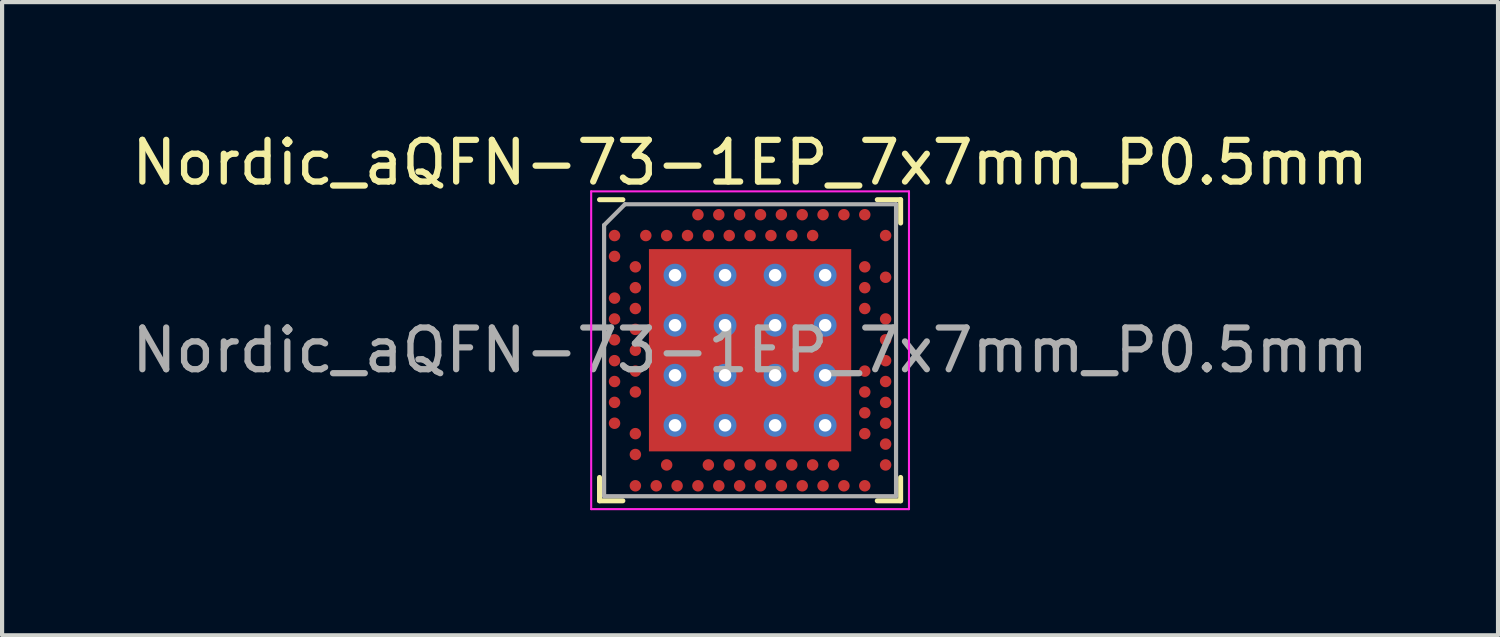
<source format=kicad_pcb>
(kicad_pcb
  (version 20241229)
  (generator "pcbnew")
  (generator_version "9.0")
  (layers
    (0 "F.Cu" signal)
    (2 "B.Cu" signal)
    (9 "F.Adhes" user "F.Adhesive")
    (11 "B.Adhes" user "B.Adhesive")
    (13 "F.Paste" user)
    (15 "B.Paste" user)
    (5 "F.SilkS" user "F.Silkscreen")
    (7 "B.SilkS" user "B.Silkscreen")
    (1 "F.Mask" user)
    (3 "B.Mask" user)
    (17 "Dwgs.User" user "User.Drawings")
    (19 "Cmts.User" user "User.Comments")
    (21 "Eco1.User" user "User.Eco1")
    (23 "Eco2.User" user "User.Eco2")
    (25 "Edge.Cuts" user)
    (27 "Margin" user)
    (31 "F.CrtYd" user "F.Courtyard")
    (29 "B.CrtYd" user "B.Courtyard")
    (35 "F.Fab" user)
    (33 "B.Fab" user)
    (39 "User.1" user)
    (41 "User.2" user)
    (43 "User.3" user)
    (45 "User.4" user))
  (footprint "Nordic_aQFN-73-1EP_7x7mm_P0.5mm"
    (layer "F.Cu")
    (at 14.935 5.348)
    (property "Reference" "Nordic_aQFN-73-1EP_7x7mm_P0.5mm" (at 0 -4.5 0) (layer "F.SilkS") (effects (font (size 1 1) (thickness 0.15))))
    (attr smd)
    (fp_line (start -3.61 -3.61) (end -3.05 -3.61) (stroke (width 0.12) (type solid)) (layer "F.SilkS"))
    (fp_line (start -3.61 3.61) (end -3.61 3.05) (stroke (width 0.12) (type solid)) (layer "F.SilkS"))
    (fp_line (start -3.61 3.61) (end -3.05 3.61) (stroke (width 0.12) (type solid)) (layer "F.SilkS"))
    (fp_line (start 3.61 -3.61) (end 3.05 -3.61) (stroke (width 0.12) (type solid)) (layer "F.SilkS"))
    (fp_line (start 3.61 -3.61) (end 3.61 -3.05) (stroke (width 0.12) (type solid)) (layer "F.SilkS"))
    (fp_line (start 3.61 3.61) (end 3.05 3.61) (stroke (width 0.12) (type solid)) (layer "F.SilkS"))
    (fp_line (start 3.61 3.61) (end 3.61 3.05) (stroke (width 0.12) (type solid)) (layer "F.SilkS"))
    (fp_line (start -3.81 -3.81) (end 3.81 -3.81) (stroke (width 0.05) (type solid)) (layer "F.CrtYd"))
    (fp_line (start -3.81 3.81) (end -3.81 -3.81) (stroke (width 0.05) (type solid)) (layer "F.CrtYd"))
    (fp_line (start 3.81 -3.81) (end 3.81 3.81) (stroke (width 0.05) (type solid)) (layer "F.CrtYd"))
    (fp_line (start 3.81 3.81) (end -3.81 3.81) (stroke (width 0.05) (type solid)) (layer "F.CrtYd"))
    (fp_line (start -3.5 -3) (end -3.5 3.5) (stroke (width 0.1) (type solid)) (layer "F.Fab"))
    (fp_line (start -3.5 -3) (end -3 -3.5) (stroke (width 0.1) (type solid)) (layer "F.Fab"))
    (fp_line (start -3.5 3.5) (end 3.5 3.5) (stroke (width 0.1) (type solid)) (layer "F.Fab"))
    (fp_line (start -3 -3.5) (end 3.5 -3.5) (stroke (width 0.1) (type solid)) (layer "F.Fab"))
    (fp_line (start 3.5 -3.5) (end 3.5 3.5) (stroke (width 0.1) (type solid)) (layer "F.Fab"))
    (fp_text user "${REFERENCE}" (at 0 0 0) (layer "F.Fab") (effects (font (size 1 1) (thickness 0.15))))
    (pad "" smd rect (at -1.212 -1.212 180) (size 2 2) (layers "F.Paste"))
    (pad "" smd rect (at -1.212 1.212 180) (size 2 2) (layers "F.Paste"))
    (pad "" smd rect (at 1.212 -1.212 180) (size 2 2) (layers "F.Paste"))
    (pad "" smd rect (at 1.212 1.212 180) (size 2 2) (layers "F.Paste"))
    (pad "74" thru_hole circle (at -1.8 -1.8) (size 0.55 0.55) (drill 0.3) (property pad_prop_heatsink) (layers "*.Cu"))
    (pad "74" thru_hole circle (at -1.8 -0.6) (size 0.55 0.55) (drill 0.3) (property pad_prop_heatsink) (layers "*.Cu"))
    (pad "74" thru_hole circle (at -1.8 0.6) (size 0.55 0.55) (drill 0.3) (property pad_prop_heatsink) (layers "*.Cu"))
    (pad "74" thru_hole circle (at -1.8 1.8) (size 0.55 0.55) (drill 0.3) (property pad_prop_heatsink) (layers "*.Cu"))
    (pad "74" thru_hole circle (at -0.6 -1.8) (size 0.55 0.55) (drill 0.3) (property pad_prop_heatsink) (layers "*.Cu"))
    (pad "74" thru_hole circle (at -0.6 -0.6) (size 0.55 0.55) (drill 0.3) (property pad_prop_heatsink) (layers "*.Cu"))
    (pad "74" thru_hole circle (at -0.6 0.6) (size 0.55 0.55) (drill 0.3) (property pad_prop_heatsink) (layers "*.Cu"))
    (pad "74" thru_hole circle (at -0.6 1.8) (size 0.55 0.55) (drill 0.3) (property pad_prop_heatsink) (layers "*.Cu"))
    (pad "74" thru_hole circle (at 0.6 -1.8) (size 0.55 0.55) (drill 0.3) (property pad_prop_heatsink) (layers "*.Cu"))
    (pad "74" thru_hole circle (at 0.6 -0.6) (size 0.55 0.55) (drill 0.3) (property pad_prop_heatsink) (layers "*.Cu"))
    (pad "74" thru_hole circle (at 0.6 0.6) (size 0.55 0.55) (drill 0.3) (property pad_prop_heatsink) (layers "*.Cu"))
    (pad "74" thru_hole circle (at 0.6 1.8) (size 0.55 0.55) (drill 0.3) (property pad_prop_heatsink) (layers "*.Cu"))
    (pad "74" thru_hole circle (at 1.8 -1.8) (size 0.55 0.55) (drill 0.3) (property pad_prop_heatsink) (layers "*.Cu"))
    (pad "74" thru_hole circle (at 1.8 -0.6) (size 0.55 0.55) (drill 0.3) (property pad_prop_heatsink) (layers "*.Cu"))
    (pad "74" thru_hole circle (at 1.8 0.6) (size 0.55 0.55) (drill 0.3) (property pad_prop_heatsink) (layers "*.Cu"))
    (pad "74" thru_hole circle (at 1.8 1.8) (size 0.55 0.55) (drill 0.3) (property pad_prop_heatsink) (layers "*.Cu"))
    (pad "A8" smd circle (at -1.25 -3.25 180) (size 0.275 0.275) (layers "F.Cu" "F.Mask" "F.Paste"))
    (pad "A10" smd circle (at -0.75 -3.25 180) (size 0.275 0.275) (layers "F.Cu" "F.Mask" "F.Paste"))
    (pad "A12" smd circle (at -0.25 -3.25 180) (size 0.275 0.275) (layers "F.Cu" "F.Mask" "F.Paste"))
    (pad "A14" smd circle (at 0.25 -3.25 180) (size 0.275 0.275) (layers "F.Cu" "F.Mask" "F.Paste"))
    (pad "A16" smd circle (at 0.75 -3.25 180) (size 0.275 0.275) (layers "F.Cu" "F.Mask" "F.Paste"))
    (pad "A18" smd circle (at 1.25 -3.25 180) (size 0.275 0.275) (layers "F.Cu" "F.Mask" "F.Paste"))
    (pad "A20" smd circle (at 1.75 -3.25 180) (size 0.275 0.275) (layers "F.Cu" "F.Mask" "F.Paste"))
    (pad "A22" smd circle (at 2.25 -3.25 180) (size 0.275 0.275) (layers "F.Cu" "F.Mask" "F.Paste"))
    (pad "A23" smd circle (at 2.75 -3.25 180) (size 0.275 0.275) (layers "F.Cu" "F.Mask" "F.Paste"))
    (pad "AA24" smd circle (at 3.25 2.25 180) (size 0.275 0.275) (layers "F.Cu" "F.Mask" "F.Paste"))
    (pad "AB2" smd circle (at -2.75 2.5 180) (size 0.275 0.275) (layers "F.Cu" "F.Mask" "F.Paste"))
    (pad "AC5" smd circle (at -2 2.75 180) (size 0.275 0.275) (layers "F.Cu" "F.Mask" "F.Paste"))
    (pad "AC9" smd circle (at -1 2.75 180) (size 0.275 0.275) (layers "F.Cu" "F.Mask" "F.Paste"))
    (pad "AC11" smd circle (at -0.5 2.75 180) (size 0.275 0.275) (layers "F.Cu" "F.Mask" "F.Paste"))
    (pad "AC13" smd circle (at 0 2.75 180) (size 0.275 0.275) (layers "F.Cu" "F.Mask" "F.Paste"))
    (pad "AC15" smd circle (at 0.5 2.75 180) (size 0.275 0.275) (layers "F.Cu" "F.Mask" "F.Paste"))
    (pad "AC17" smd circle (at 1 2.75 180) (size 0.275 0.275) (layers "F.Cu" "F.Mask" "F.Paste"))
    (pad "AC19" smd circle (at 1.5 2.75 180) (size 0.275 0.275) (layers "F.Cu" "F.Mask" "F.Paste"))
    (pad "AC21" smd circle (at 2 2.75 180) (size 0.275 0.275) (layers "F.Cu" "F.Mask" "F.Paste"))
    (pad "AC24" smd circle (at 3.25 2.75 180) (size 0.275 0.275) (layers "F.Cu" "F.Mask" "F.Paste"))
    (pad "AD2" smd circle (at -2.75 3.25 180) (size 0.275 0.275) (layers "F.Cu" "F.Mask" "F.Paste"))
    (pad "AD4" smd circle (at -2.25 3.25 180) (size 0.275 0.275) (layers "F.Cu" "F.Mask" "F.Paste"))
    (pad "AD6" smd circle (at -1.75 3.25 180) (size 0.275 0.275) (layers "F.Cu" "F.Mask" "F.Paste"))
    (pad "AD8" smd circle (at -1.25 3.25 180) (size 0.275 0.275) (layers "F.Cu" "F.Mask" "F.Paste"))
    (pad "AD10" smd circle (at -0.75 3.25 180) (size 0.275 0.275) (layers "F.Cu" "F.Mask" "F.Paste"))
    (pad "AD12" smd circle (at -0.25 3.25 180) (size 0.275 0.275) (layers "F.Cu" "F.Mask" "F.Paste"))
    (pad "AD14" smd circle (at 0.25 3.25 180) (size 0.275 0.275) (layers "F.Cu" "F.Mask" "F.Paste"))
    (pad "AD16" smd circle (at 0.75 3.25 180) (size 0.275 0.275) (layers "F.Cu" "F.Mask" "F.Paste"))
    (pad "AD18" smd circle (at 1.25 3.25 180) (size 0.275 0.275) (layers "F.Cu" "F.Mask" "F.Paste"))
    (pad "AD20" smd circle (at 1.75 3.25 180) (size 0.275 0.275) (layers "F.Cu" "F.Mask" "F.Paste"))
    (pad "AD22" smd circle (at 2.25 3.25 180) (size 0.275 0.275) (layers "F.Cu" "F.Mask" "F.Paste"))
    (pad "AD23" smd circle (at 2.75 3.25 180) (size 0.275 0.275) (layers "F.Cu" "F.Mask" "F.Paste"))
    (pad "B1" smd circle (at -3.25 -2.75 180) (size 0.275 0.275) (layers "F.Cu" "F.Mask" "F.Paste"))
    (pad "B3" smd circle (at -2.5 -2.75 180) (size 0.275 0.275) (layers "F.Cu" "F.Mask" "F.Paste"))
    (pad "B5" smd circle (at -2 -2.75 180) (size 0.275 0.275) (layers "F.Cu" "F.Mask" "F.Paste"))
    (pad "B7" smd circle (at -1.5 -2.75 180) (size 0.275 0.275) (layers "F.Cu" "F.Mask" "F.Paste"))
    (pad "B9" smd circle (at -1 -2.75 180) (size 0.275 0.275) (layers "F.Cu" "F.Mask" "F.Paste"))
    (pad "B11" smd circle (at -0.5 -2.75 180) (size 0.275 0.275) (layers "F.Cu" "F.Mask" "F.Paste"))
    (pad "B13" smd circle (at 0 -2.75 180) (size 0.275 0.275) (layers "F.Cu" "F.Mask" "F.Paste"))
    (pad "B15" smd circle (at 0.5 -2.75 180) (size 0.275 0.275) (layers "F.Cu" "F.Mask" "F.Paste"))
    (pad "B17" smd circle (at 1 -2.75 180) (size 0.275 0.275) (layers "F.Cu" "F.Mask" "F.Paste"))
    (pad "B19" smd circle (at 1.5 -2.75 180) (size 0.275 0.275) (layers "F.Cu" "F.Mask" "F.Paste"))
    (pad "B24" smd circle (at 3.25 -2.75 180) (size 0.275 0.275) (layers "F.Cu" "F.Mask" "F.Paste"))
    (pad "C1" smd circle (at -3.25 -2.25 180) (size 0.275 0.275) (layers "F.Cu" "F.Mask" "F.Paste"))
    (pad "D2" smd circle (at -2.75 -2 180) (size 0.275 0.275) (layers "F.Cu" "F.Mask" "F.Paste"))
    (pad "D23" smd circle (at 2.75 -2 180) (size 0.275 0.275) (layers "F.Cu" "F.Mask" "F.Paste"))
    (pad "E24" smd circle (at 3.25 -1.75 180) (size 0.275 0.275) (layers "F.Cu" "F.Mask" "F.Paste"))
    (pad "EP" smd rect (at 0 0 180) (size 4.85 4.85) (layers "F.Cu" "F.Mask"))
    (pad "F2" smd circle (at -2.75 -1.5 180) (size 0.275 0.275) (layers "F.Cu" "F.Mask" "F.Paste"))
    (pad "F23" smd circle (at 2.75 -1.5 180) (size 0.275 0.275) (layers "F.Cu" "F.Mask" "F.Paste"))
    (pad "G1" smd circle (at -3.25 -1.25 180) (size 0.275 0.275) (layers "F.Cu" "F.Mask" "F.Paste"))
    (pad "H2" smd circle (at -2.75 -1 180) (size 0.275 0.275) (layers "F.Cu" "F.Mask" "F.Paste"))
    (pad "H23" smd circle (at 2.75 -1 180) (size 0.275 0.275) (layers "F.Cu" "F.Mask" "F.Paste"))
    (pad "J1" smd circle (at -3.25 -0.75 180) (size 0.275 0.275) (layers "F.Cu" "F.Mask" "F.Paste"))
    (pad "J24" smd circle (at 3.25 -0.75 180) (size 0.275 0.275) (layers "F.Cu" "F.Mask" "F.Paste"))
    (pad "K2" smd circle (at -2.75 -0.5 180) (size 0.275 0.275) (layers "F.Cu" "F.Mask" "F.Paste"))
    (pad "L1" smd circle (at -3.25 -0.25 180) (size 0.275 0.275) (layers "F.Cu" "F.Mask" "F.Paste"))
    (pad "L24" smd circle (at 3.25 -0.25 180) (size 0.275 0.275) (layers "F.Cu" "F.Mask" "F.Paste"))
    (pad "M2" smd circle (at -2.75 0 180) (size 0.275 0.275) (layers "F.Cu" "F.Mask" "F.Paste"))
    (pad "N1" smd circle (at -3.25 0.25 180) (size 0.275 0.275) (layers "F.Cu" "F.Mask" "F.Paste"))
    (pad "N24" smd circle (at 3.25 0.25 180) (size 0.275 0.275) (layers "F.Cu" "F.Mask" "F.Paste"))
    (pad "P2" smd circle (at -2.75 0.5 180) (size 0.275 0.275) (layers "F.Cu" "F.Mask" "F.Paste"))
    (pad "P23" smd circle (at 2.75 0.5 180) (size 0.275 0.275) (layers "F.Cu" "F.Mask" "F.Paste"))
    (pad "R1" smd circle (at -3.25 0.75 180) (size 0.275 0.275) (layers "F.Cu" "F.Mask" "F.Paste"))
    (pad "R24" smd circle (at 3.25 0.75 180) (size 0.275 0.275) (layers "F.Cu" "F.Mask" "F.Paste"))
    (pad "T2" smd circle (at -2.75 1 180) (size 0.275 0.275) (layers "F.Cu" "F.Mask" "F.Paste"))
    (pad "T23" smd circle (at 2.75 1 180) (size 0.275 0.275) (layers "F.Cu" "F.Mask" "F.Paste"))
    (pad "U1" smd circle (at -3.25 1.25 180) (size 0.275 0.275) (layers "F.Cu" "F.Mask" "F.Paste"))
    (pad "U24" smd circle (at 3.25 1.25 180) (size 0.275 0.275) (layers "F.Cu" "F.Mask" "F.Paste"))
    (pad "V23" smd circle (at 2.75 1.5 180) (size 0.275 0.275) (layers "F.Cu" "F.Mask" "F.Paste"))
    (pad "W1" smd circle (at -3.25 1.75 180) (size 0.275 0.275) (layers "F.Cu" "F.Mask" "F.Paste"))
    (pad "W24" smd circle (at 3.25 1.75 180) (size 0.275 0.275) (layers "F.Cu" "F.Mask" "F.Paste"))
    (pad "Y2" smd circle (at -2.75 2 180) (size 0.275 0.275) (layers "F.Cu" "F.Mask" "F.Paste"))
    (pad "Y23" smd circle (at 2.75 2 180) (size 0.275 0.275) (layers "F.Cu" "F.Mask" "F.Paste")))
  (gr_rect
    (start -3 -3)
    (end 32.869 12.183)
    (stroke (width 0.1) (type default))
    (fill no)
    (layer "Edge.Cuts")))
</source>
